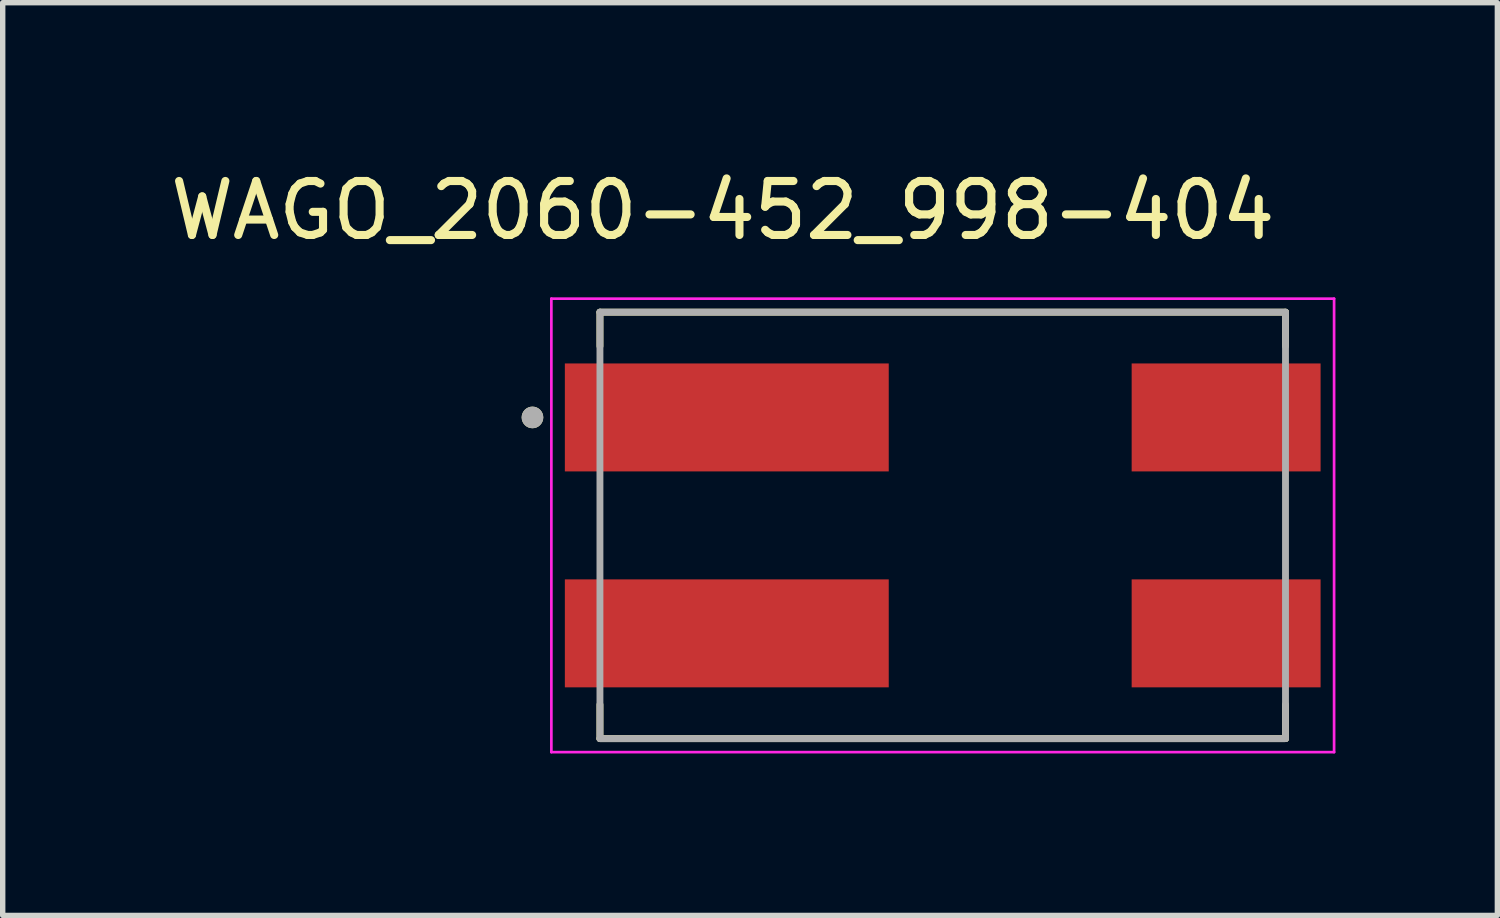
<source format=kicad_pcb>
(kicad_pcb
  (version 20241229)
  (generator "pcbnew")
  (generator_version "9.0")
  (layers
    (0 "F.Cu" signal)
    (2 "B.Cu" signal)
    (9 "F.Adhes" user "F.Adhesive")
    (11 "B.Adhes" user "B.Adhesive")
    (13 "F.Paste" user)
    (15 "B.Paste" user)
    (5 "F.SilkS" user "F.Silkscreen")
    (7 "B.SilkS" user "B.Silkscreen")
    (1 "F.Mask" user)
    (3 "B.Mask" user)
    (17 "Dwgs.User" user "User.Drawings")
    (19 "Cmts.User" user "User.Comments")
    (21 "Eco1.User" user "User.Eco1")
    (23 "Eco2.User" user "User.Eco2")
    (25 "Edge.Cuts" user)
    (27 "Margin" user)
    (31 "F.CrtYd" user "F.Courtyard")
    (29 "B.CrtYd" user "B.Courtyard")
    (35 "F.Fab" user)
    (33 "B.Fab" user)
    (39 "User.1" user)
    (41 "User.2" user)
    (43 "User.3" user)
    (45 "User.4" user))
  (footprint "WAGO_2060-452_998-404"
    (layer "F.Cu")
    (at 14.414 6.683)
    (property "Reference" "WAGO_2060-452_998-404" (at -4.075 -5.835 0) (layer "F.SilkS") (effects (font (size 1 1) (thickness 0.15))))
    (attr through_hole)
    (fp_line (start -6.35 -3.95) (end -6.35 -3.32) (stroke (width 0.127) (type solid)) (layer "F.SilkS"))
    (fp_line (start -6.35 3.95) (end -6.35 3.32) (stroke (width 0.127) (type solid)) (layer "F.SilkS"))
    (fp_line (start -6.35 3.95) (end 6.35 3.95) (stroke (width 0.127) (type solid)) (layer "F.SilkS"))
    (fp_line (start 6.35 -3.95) (end -6.35 -3.95) (stroke (width 0.127) (type solid)) (layer "F.SilkS"))
    (fp_line (start 6.35 -3.32) (end 6.35 -3.95) (stroke (width 0.127) (type solid)) (layer "F.SilkS"))
    (fp_line (start 6.35 3.95) (end 6.35 3.32) (stroke (width 0.127) (type solid)) (layer "F.SilkS"))
    (fp_circle (center -7.6 -2) (end -7.5 -2) (stroke (width 0.2) (type solid)) (fill no) (layer "F.SilkS"))
    (fp_line (start -7.25 -4.2) (end -7.25 4.2) (stroke (width 0.05) (type solid)) (layer "F.CrtYd"))
    (fp_line (start -7.25 4.2) (end 7.25 4.2) (stroke (width 0.05) (type solid)) (layer "F.CrtYd"))
    (fp_line (start 7.25 -4.2) (end -7.25 -4.2) (stroke (width 0.05) (type solid)) (layer "F.CrtYd"))
    (fp_line (start 7.25 4.2) (end 7.25 -4.2) (stroke (width 0.05) (type solid)) (layer "F.CrtYd"))
    (fp_line (start -6.35 -3.95) (end -6.35 3.95) (stroke (width 0.127) (type solid)) (layer "F.Fab"))
    (fp_line (start -6.35 3.95) (end 6.35 3.95) (stroke (width 0.127) (type solid)) (layer "F.Fab"))
    (fp_line (start 6.35 -3.95) (end -6.35 -3.95) (stroke (width 0.127) (type solid)) (layer "F.Fab"))
    (fp_line (start 6.35 3.95) (end 6.35 -3.95) (stroke (width 0.127) (type solid)) (layer "F.Fab"))
    (fp_circle (center -7.6 -2) (end -7.5 -2) (stroke (width 0.2) (type solid)) (fill no) (layer "F.Fab"))
    (pad "1_1" smd rect (at -4 -2) (size 6 2) (layers "F.Cu" "F.Mask" "F.Paste"))
    (pad "1_2" smd rect (at 5.25 -2) (size 3.5 2) (layers "F.Cu" "F.Mask" "F.Paste"))
    (pad "2_1" smd rect (at -4 2) (size 6 2) (layers "F.Cu" "F.Mask" "F.Paste"))
    (pad "2_2" smd rect (at 5.25 2) (size 3.5 2) (layers "F.Cu" "F.Mask" "F.Paste")))
  (gr_rect
    (start -3 -3)
    (end 24.689 13.908)
    (stroke (width 0.1) (type default))
    (fill no)
    (layer "Edge.Cuts")))
</source>
